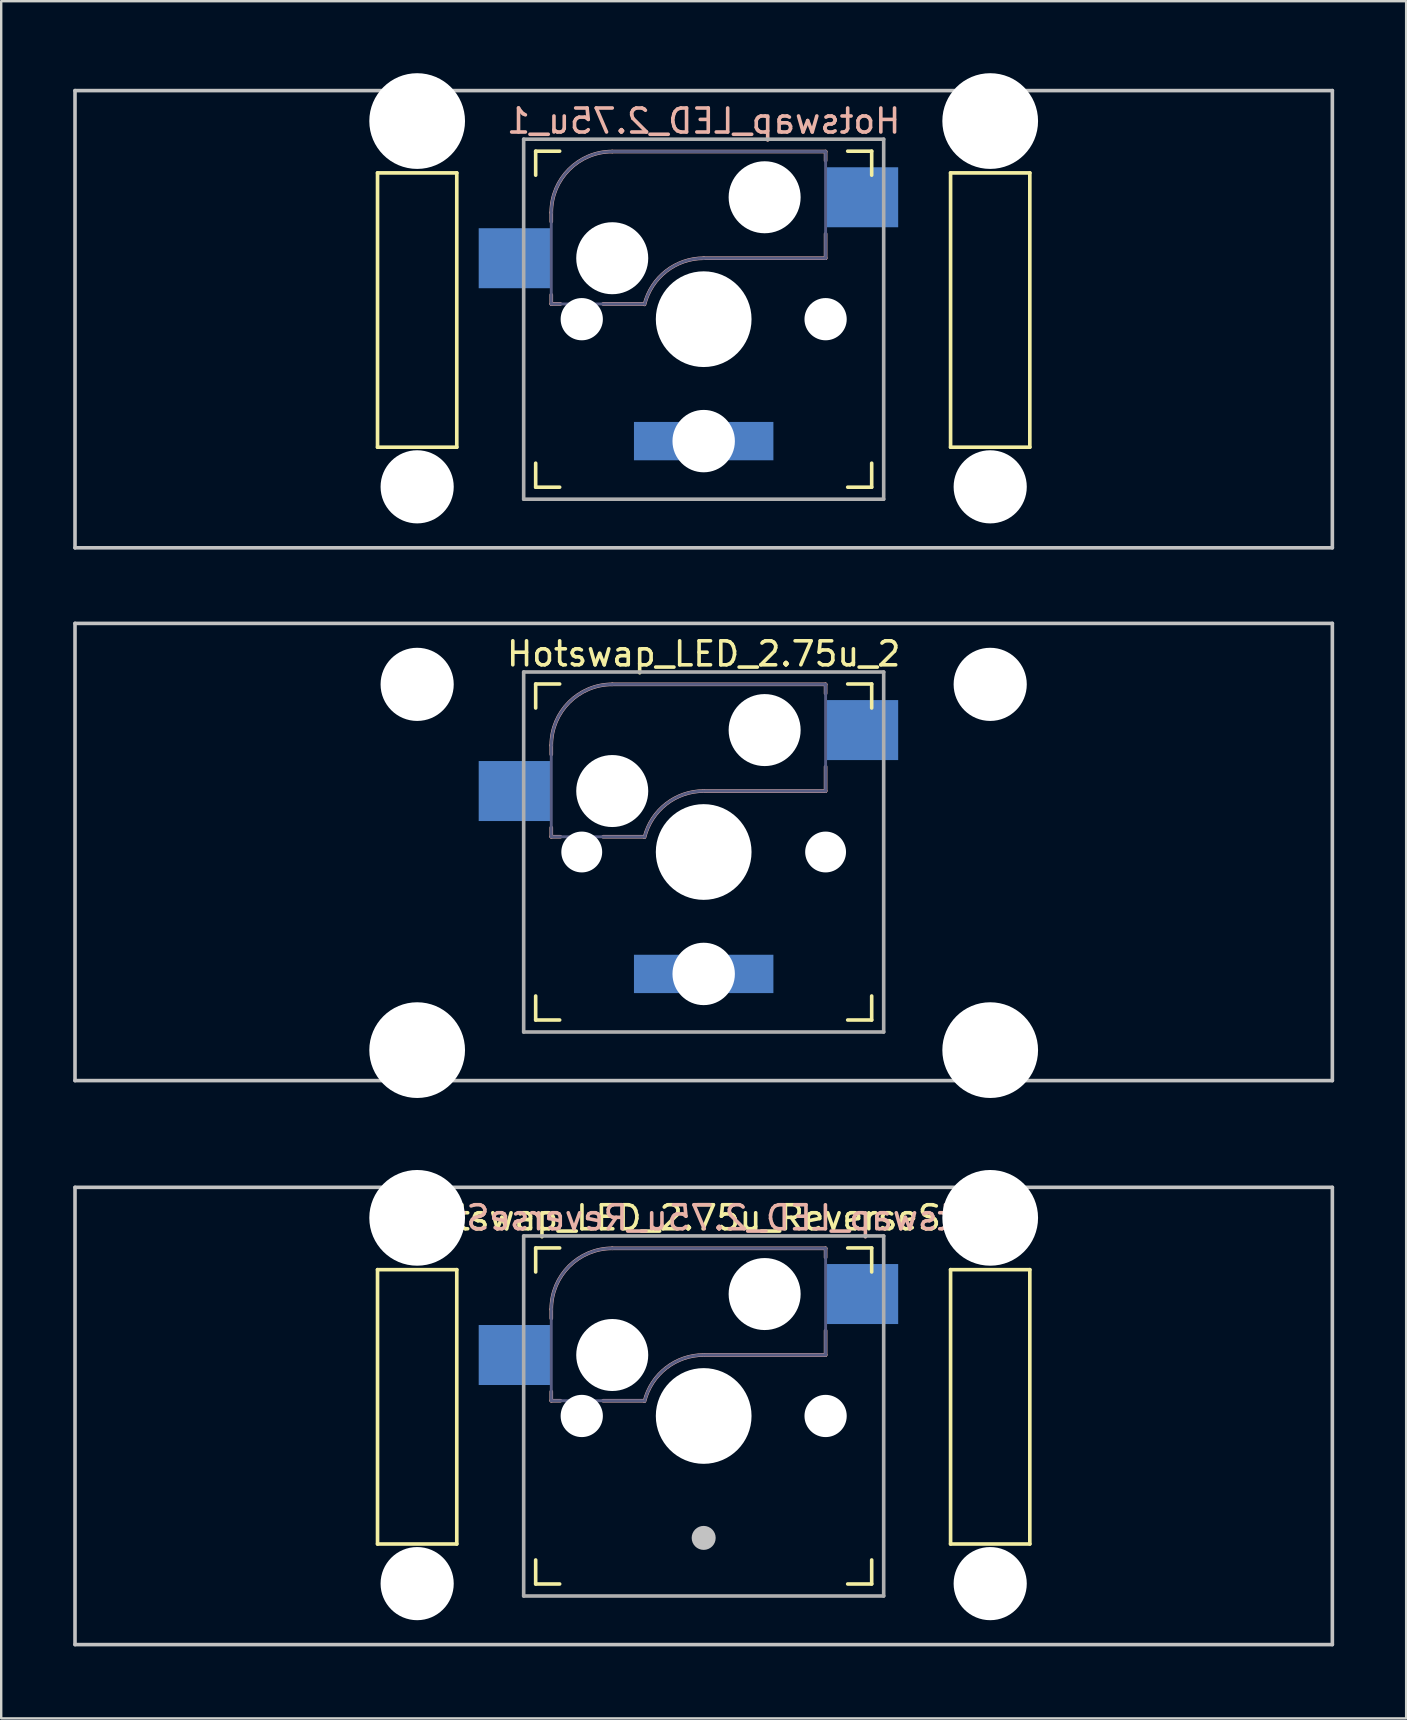
<source format=kicad_pcb>
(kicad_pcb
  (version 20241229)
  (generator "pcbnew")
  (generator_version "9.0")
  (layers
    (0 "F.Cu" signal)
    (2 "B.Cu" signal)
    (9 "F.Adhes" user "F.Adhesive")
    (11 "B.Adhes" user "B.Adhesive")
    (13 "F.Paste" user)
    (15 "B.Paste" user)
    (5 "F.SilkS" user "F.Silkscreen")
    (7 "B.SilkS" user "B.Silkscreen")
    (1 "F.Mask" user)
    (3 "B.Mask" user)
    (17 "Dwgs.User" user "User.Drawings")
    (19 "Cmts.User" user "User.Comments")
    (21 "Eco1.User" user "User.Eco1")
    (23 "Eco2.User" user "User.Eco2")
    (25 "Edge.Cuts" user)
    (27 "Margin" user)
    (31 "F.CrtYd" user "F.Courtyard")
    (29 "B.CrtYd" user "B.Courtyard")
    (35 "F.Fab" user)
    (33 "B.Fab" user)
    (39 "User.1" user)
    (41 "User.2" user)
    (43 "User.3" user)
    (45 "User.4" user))
  (footprint "Hotswap_LED_2.75u_2"
    (layer "F.Cu")
    (at 26.269 32.449)
    (property "Reference" "Hotswap_LED_2.75u_2" (at 0 -8.255 0) (layer "F.SilkS") (effects (font (size 1 1) (thickness 0.15))))
    (attr through_hole)
    (fp_line (start -7 -6) (end -7 -7) (stroke (width 0.15) (type solid)) (layer "F.SilkS"))
    (fp_line (start -7 7) (end -7 6) (stroke (width 0.15) (type solid)) (layer "F.SilkS"))
    (fp_line (start -7 7) (end -6 7) (stroke (width 0.15) (type solid)) (layer "F.SilkS"))
    (fp_line (start -6 -7) (end -7 -7) (stroke (width 0.15) (type solid)) (layer "F.SilkS"))
    (fp_line (start 6 7) (end 7 7) (stroke (width 0.15) (type solid)) (layer "F.SilkS"))
    (fp_line (start 7 -7) (end 6 -7) (stroke (width 0.15) (type solid)) (layer "F.SilkS"))
    (fp_line (start 7 -7) (end 7 -6) (stroke (width 0.15) (type solid)) (layer "F.SilkS"))
    (fp_line (start 7 6) (end 7 7) (stroke (width 0.15) (type solid)) (layer "F.SilkS"))
    (fp_line (start -6.35 -4.445) (end -6.35 -4.064) (stroke (width 0.15) (type solid)) (layer "B.SilkS"))
    (fp_line (start -6.35 -1.016) (end -6.35 -0.635) (stroke (width 0.15) (type solid)) (layer "B.SilkS"))
    (fp_line (start -6.35 -0.635) (end -5.969 -0.635) (stroke (width 0.15) (type solid)) (layer "B.SilkS"))
    (fp_line (start -4.191 -0.635) (end -2.54 -0.635) (stroke (width 0.15) (type solid)) (layer "B.SilkS"))
    (fp_line (start 0 -2.54) (end 5.08 -2.54) (stroke (width 0.15) (type solid)) (layer "B.SilkS"))
    (fp_line (start 5.08 -6.985) (end -3.81 -6.985) (stroke (width 0.15) (type solid)) (layer "B.SilkS"))
    (fp_line (start 5.08 -6.604) (end 5.08 -6.985) (stroke (width 0.15) (type solid)) (layer "B.SilkS"))
    (fp_line (start 5.08 -2.54) (end 5.08 -3.556) (stroke (width 0.15) (type solid)) (layer "B.SilkS"))
    (fp_arc (start -6.35 -4.445) (mid -5.606051 -6.241051) (end -3.81 -6.985) (stroke (width 0.15) (type solid)) (layer "B.SilkS"))
    (fp_arc (start -2.464162 -0.61604) (mid -1.563147 -2.002042) (end 0 -2.54) (stroke (width 0.15) (type solid)) (layer "B.SilkS"))
    (fp_line (start -26.194 -9.525) (end 26.194 -9.525) (stroke (width 0.15) (type solid)) (layer "Dwgs.User"))
    (fp_line (start -26.194 9.525) (end -26.194 -9.525) (stroke (width 0.15) (type solid)) (layer "Dwgs.User"))
    (fp_line (start -26.194 9.525) (end 26.194 9.525) (stroke (width 0.15) (type solid)) (layer "Dwgs.User"))
    (fp_line (start 26.194 -9.525) (end 26.194 9.525) (stroke (width 0.15) (type solid)) (layer "Dwgs.User"))
    (fp_line (start -13.589 -5.334) (end -13.589 6.096) (stroke (width 0.152) (type solid)) (layer "Eco2.User"))
    (fp_line (start -13.589 6.096) (end -10.287 6.096) (stroke (width 0.152) (type solid)) (layer "Eco2.User"))
    (fp_line (start -10.287 -5.334) (end -13.589 -5.334) (stroke (width 0.152) (type solid)) (layer "Eco2.User"))
    (fp_line (start -10.287 6.096) (end -10.287 -5.334) (stroke (width 0.152) (type solid)) (layer "Eco2.User"))
    (fp_line (start -6.9 6.9) (end -6.9 -6.9) (stroke (width 0.15) (type solid)) (layer "Eco2.User"))
    (fp_line (start -6.9 6.9) (end 6.9 6.9) (stroke (width 0.15) (type solid)) (layer "Eco2.User"))
    (fp_line (start 6.9 -6.9) (end -6.9 -6.9) (stroke (width 0.15) (type solid)) (layer "Eco2.User"))
    (fp_line (start 6.9 -6.9) (end 6.9 6.9) (stroke (width 0.15) (type solid)) (layer "Eco2.User"))
    (fp_line (start 10.287 -5.334) (end 10.287 6.096) (stroke (width 0.152) (type solid)) (layer "Eco2.User"))
    (fp_line (start 10.287 6.096) (end 13.589 6.096) (stroke (width 0.152) (type solid)) (layer "Eco2.User"))
    (fp_line (start 13.589 -5.334) (end 10.287 -5.334) (stroke (width 0.152) (type solid)) (layer "Eco2.User"))
    (fp_line (start 13.589 6.096) (end 13.589 -5.334) (stroke (width 0.152) (type solid)) (layer "Eco2.User"))
    (fp_line (start -6.35 -4.445) (end -6.35 -0.635) (stroke (width 0.12) (type solid)) (layer "B.Fab"))
    (fp_line (start -6.35 -0.635) (end -2.54 -0.635) (stroke (width 0.12) (type solid)) (layer "B.Fab"))
    (fp_line (start 0 -2.54) (end 5.08 -2.54) (stroke (width 0.12) (type solid)) (layer "B.Fab"))
    (fp_line (start 5.08 -6.985) (end -3.81 -6.985) (stroke (width 0.12) (type solid)) (layer "B.Fab"))
    (fp_line (start 5.08 -2.54) (end 5.08 -6.985) (stroke (width 0.12) (type solid)) (layer "B.Fab"))
    (fp_arc (start -6.35 -4.445) (mid -5.606051 -6.241051) (end -3.81 -6.985) (stroke (width 0.12) (type solid)) (layer "B.Fab"))
    (fp_arc (start -2.464162 -0.61604) (mid -1.563147 -2.002042) (end 0 -2.54) (stroke (width 0.12) (type solid)) (layer "B.Fab"))
    (fp_line (start -7.5 -7.5) (end 7.5 -7.5) (stroke (width 0.15) (type solid)) (layer "F.Fab"))
    (fp_line (start -7.5 7.5) (end -7.5 -7.5) (stroke (width 0.15) (type solid)) (layer "F.Fab"))
    (fp_line (start 7.5 -7.5) (end 7.5 7.5) (stroke (width 0.15) (type solid)) (layer "F.Fab"))
    (fp_line (start 7.5 7.5) (end -7.5 7.5) (stroke (width 0.15) (type solid)) (layer "F.Fab"))
    (pad "" np_thru_hole circle (at -11.938 -6.985) (size 3.048 3.048) (drill 3.048) (layers "*.Cu" "*.Mask"))
    (pad "" np_thru_hole circle (at -11.938 8.255) (size 3.988 3.988) (drill 3.988) (layers "*.Cu" "*.Mask"))
    (pad "" np_thru_hole circle (at -5.08 0 180) (size 1.702 1.702) (drill 1.702) (layers "*.Cu" "*.Mask"))
    (pad "" np_thru_hole circle (at -3.81 -2.54 180) (size 3 3) (drill 3) (layers "*.Cu" "*.Mask"))
    (pad "" np_thru_hole circle (at 0 0 180) (size 3.988 3.988) (drill 3.988) (layers "*.Cu" "*.Mask"))
    (pad "" np_thru_hole circle (at 0 5.08 180) (size 2.6 2.6) (drill 2.6) (layers "*.Cu" "*.Mask"))
    (pad "" np_thru_hole circle (at 2.54 -5.08 180) (size 3 3) (drill 3) (layers "*.Cu" "*.Mask"))
    (pad "" np_thru_hole circle (at 5.08 0 180) (size 1.702 1.702) (drill 1.702) (layers "*.Cu" "*.Mask"))
    (pad "" np_thru_hole circle (at 11.938 -6.985) (size 3.048 3.048) (drill 3.048) (layers "*.Cu" "*.Mask"))
    (pad "" np_thru_hole circle (at 11.938 8.255) (size 3.988 3.988) (drill 3.988) (layers "*.Cu" "*.Mask"))
    (pad "1" smd rect (at -7.874 -2.54 180) (size 3 2.5) (layers "B.Cu" "B.Mask"))
    (pad "2" smd rect (at 6.604 -5.08 180) (size 3 2.5) (layers "B.Cu" "B.Mask"))
    (pad "A" smd rect (at -1.905 5.08 180) (size 2 1.598) (layers "B.Cu" "B.Mask"))
    (pad "K" smd rect (at 1.905 5.08 180) (size 2 1.598) (layers "B.Cu" "B.Mask")))
  (footprint "Hotswap_LED_2.75u_1"
    (layer "F.Cu")
    (at 26.269 10.249)
    (property "Reference" "Hotswap_LED_2.75u_1" (at 0 -8.255 0) (layer "B.SilkS") (effects (font (size 1 1) (thickness 0.15)) (justify mirror)))
    (attr through_hole)
    (fp_line (start -13.589 -6.096) (end -13.589 5.334) (stroke (width 0.152) (type solid)) (layer "F.SilkS"))
    (fp_line (start -13.589 5.334) (end -10.287 5.334) (stroke (width 0.152) (type solid)) (layer "F.SilkS"))
    (fp_line (start -10.287 -6.096) (end -13.589 -6.096) (stroke (width 0.152) (type solid)) (layer "F.SilkS"))
    (fp_line (start -10.287 5.334) (end -10.287 -6.096) (stroke (width 0.152) (type solid)) (layer "F.SilkS"))
    (fp_line (start -7 -6) (end -7 -7) (stroke (width 0.15) (type solid)) (layer "F.SilkS"))
    (fp_line (start -7 7) (end -7 6) (stroke (width 0.15) (type solid)) (layer "F.SilkS"))
    (fp_line (start -7 7) (end -6 7) (stroke (width 0.15) (type solid)) (layer "F.SilkS"))
    (fp_line (start -6 -7) (end -7 -7) (stroke (width 0.15) (type solid)) (layer "F.SilkS"))
    (fp_line (start 6 7) (end 7 7) (stroke (width 0.15) (type solid)) (layer "F.SilkS"))
    (fp_line (start 7 -7) (end 6 -7) (stroke (width 0.15) (type solid)) (layer "F.SilkS"))
    (fp_line (start 7 -7) (end 7 -6) (stroke (width 0.15) (type solid)) (layer "F.SilkS"))
    (fp_line (start 7 6) (end 7 7) (stroke (width 0.15) (type solid)) (layer "F.SilkS"))
    (fp_line (start 10.287 -6.096) (end 10.287 5.334) (stroke (width 0.152) (type solid)) (layer "F.SilkS"))
    (fp_line (start 10.287 5.334) (end 13.589 5.334) (stroke (width 0.152) (type solid)) (layer "F.SilkS"))
    (fp_line (start 13.589 -6.096) (end 10.287 -6.096) (stroke (width 0.152) (type solid)) (layer "F.SilkS"))
    (fp_line (start 13.589 5.334) (end 13.589 -6.096) (stroke (width 0.152) (type solid)) (layer "F.SilkS"))
    (fp_line (start -6.35 -4.445) (end -6.35 -4.064) (stroke (width 0.15) (type solid)) (layer "B.SilkS"))
    (fp_line (start -6.35 -1.016) (end -6.35 -0.635) (stroke (width 0.15) (type solid)) (layer "B.SilkS"))
    (fp_line (start -6.35 -0.635) (end -5.969 -0.635) (stroke (width 0.15) (type solid)) (layer "B.SilkS"))
    (fp_line (start -4.191 -0.635) (end -2.54 -0.635) (stroke (width 0.15) (type solid)) (layer "B.SilkS"))
    (fp_line (start 0 -2.54) (end 5.08 -2.54) (stroke (width 0.15) (type solid)) (layer "B.SilkS"))
    (fp_line (start 5.08 -6.985) (end -3.81 -6.985) (stroke (width 0.15) (type solid)) (layer "B.SilkS"))
    (fp_line (start 5.08 -6.604) (end 5.08 -6.985) (stroke (width 0.15) (type solid)) (layer "B.SilkS"))
    (fp_line (start 5.08 -2.54) (end 5.08 -3.556) (stroke (width 0.15) (type solid)) (layer "B.SilkS"))
    (fp_arc (start -6.35 -4.445) (mid -5.606051 -6.241051) (end -3.81 -6.985) (stroke (width 0.15) (type solid)) (layer "B.SilkS"))
    (fp_arc (start -2.464162 -0.61604) (mid -1.563147 -2.002042) (end 0 -2.54) (stroke (width 0.15) (type solid)) (layer "B.SilkS"))
    (fp_line (start -26.194 -9.525) (end 26.194 -9.525) (stroke (width 0.15) (type solid)) (layer "Dwgs.User"))
    (fp_line (start -26.194 9.525) (end -26.194 -9.525) (stroke (width 0.15) (type solid)) (layer "Dwgs.User"))
    (fp_line (start 26.194 -9.525) (end 26.194 9.525) (stroke (width 0.15) (type solid)) (layer "Dwgs.User"))
    (fp_line (start 26.194 9.525) (end -26.194 9.525) (stroke (width 0.15) (type solid)) (layer "Dwgs.User"))
    (fp_line (start -6.9 6.9) (end -6.9 -6.9) (stroke (width 0.15) (type solid)) (layer "Eco2.User"))
    (fp_line (start -6.9 6.9) (end 6.9 6.9) (stroke (width 0.15) (type solid)) (layer "Eco2.User"))
    (fp_line (start 6.9 -6.9) (end -6.9 -6.9) (stroke (width 0.15) (type solid)) (layer "Eco2.User"))
    (fp_line (start 6.9 -6.9) (end 6.9 6.9) (stroke (width 0.15) (type solid)) (layer "Eco2.User"))
    (fp_line (start -6.35 -4.445) (end -6.35 -0.635) (stroke (width 0.12) (type solid)) (layer "B.Fab"))
    (fp_line (start -6.35 -0.635) (end -2.54 -0.635) (stroke (width 0.12) (type solid)) (layer "B.Fab"))
    (fp_line (start 0 -2.54) (end 5.08 -2.54) (stroke (width 0.12) (type solid)) (layer "B.Fab"))
    (fp_line (start 5.08 -6.985) (end -3.81 -6.985) (stroke (width 0.12) (type solid)) (layer "B.Fab"))
    (fp_line (start 5.08 -2.54) (end 5.08 -6.985) (stroke (width 0.12) (type solid)) (layer "B.Fab"))
    (fp_arc (start -6.35 -4.445) (mid -5.606051 -6.241051) (end -3.81 -6.985) (stroke (width 0.12) (type solid)) (layer "B.Fab"))
    (fp_arc (start -2.464162 -0.61604) (mid -1.563147 -2.002042) (end 0 -2.54) (stroke (width 0.12) (type solid)) (layer "B.Fab"))
    (fp_line (start -7.5 -7.5) (end 7.5 -7.5) (stroke (width 0.15) (type solid)) (layer "F.Fab"))
    (fp_line (start -7.5 7.5) (end -7.5 -7.5) (stroke (width 0.15) (type solid)) (layer "F.Fab"))
    (fp_line (start 7.5 -7.5) (end 7.5 7.5) (stroke (width 0.15) (type solid)) (layer "F.Fab"))
    (fp_line (start 7.5 7.5) (end -7.5 7.5) (stroke (width 0.15) (type solid)) (layer "F.Fab"))
    (pad "" np_thru_hole circle (at -11.938 -8.255 180) (size 3.988 3.988) (drill 3.988) (layers "*.Cu" "*.Mask"))
    (pad "" np_thru_hole circle (at -11.938 6.985 180) (size 3.048 3.048) (drill 3.048) (layers "*.Cu" "*.Mask"))
    (pad "" np_thru_hole circle (at -5.08 0 180) (size 1.76 1.76) (drill 1.76) (layers "*.Cu" "*.Mask"))
    (pad "" np_thru_hole circle (at -3.81 -2.54 180) (size 3 3) (drill 3) (layers "*.Cu" "*.Mask"))
    (pad "" np_thru_hole circle (at 0 0 180) (size 3.988 3.988) (drill 3.988) (layers "*.Cu" "*.Mask"))
    (pad "" np_thru_hole circle (at 0 5.08 180) (size 2.6 2.6) (drill 2.6) (layers "*.Cu" "*.Mask"))
    (pad "" np_thru_hole circle (at 2.54 -5.08 180) (size 3 3) (drill 3) (layers "*.Cu" "*.Mask"))
    (pad "" np_thru_hole circle (at 5.08 0 180) (size 1.76 1.76) (drill 1.76) (layers "*.Cu" "*.Mask"))
    (pad "" np_thru_hole circle (at 11.938 -8.255 180) (size 3.988 3.988) (drill 3.988) (layers "*.Cu" "*.Mask"))
    (pad "" np_thru_hole circle (at 11.938 6.985 180) (size 3.048 3.048) (drill 3.048) (layers "*.Cu" "*.Mask"))
    (pad "1" smd rect (at -7.874 -2.54 180) (size 3 2.5) (layers "B.Cu" "B.Mask"))
    (pad "2" smd rect (at 6.604 -5.08 180) (size 3 2.5) (layers "B.Cu" "B.Mask"))
    (pad "A" smd rect (at -1.905 5.08 180) (size 2 1.598) (layers "B.Cu" "B.Mask"))
    (pad "K" smd rect (at 1.905 5.08 180) (size 2 1.598) (layers "B.Cu" "B.Mask")))
  (footprint "Hotswap_LED_2.75u_ReverseStab"
    (layer "F.Cu")
    (at 26.269 55.947)
    (property "Reference" "Hotswap_LED_2.75u_ReverseStab" (at 0 -8.255 0) (layer "F.SilkS") (effects (font (size 1 1) (thickness 0.15))))
    (attr through_hole)
    (fp_line (start -13.589 -6.096) (end -13.589 5.334) (stroke (width 0.152) (type solid)) (layer "F.SilkS"))
    (fp_line (start -13.589 5.334) (end -10.287 5.334) (stroke (width 0.152) (type solid)) (layer "F.SilkS"))
    (fp_line (start -10.287 -6.096) (end -13.589 -6.096) (stroke (width 0.152) (type solid)) (layer "F.SilkS"))
    (fp_line (start -10.287 5.334) (end -10.287 -6.096) (stroke (width 0.152) (type solid)) (layer "F.SilkS"))
    (fp_line (start -7 -6) (end -7 -7) (stroke (width 0.15) (type solid)) (layer "F.SilkS"))
    (fp_line (start -7 7) (end -7 6) (stroke (width 0.15) (type solid)) (layer "F.SilkS"))
    (fp_line (start -7 7) (end -6 7) (stroke (width 0.15) (type solid)) (layer "F.SilkS"))
    (fp_line (start -6 -7) (end -7 -7) (stroke (width 0.15) (type solid)) (layer "F.SilkS"))
    (fp_line (start 6 7) (end 7 7) (stroke (width 0.15) (type solid)) (layer "F.SilkS"))
    (fp_line (start 7 -7) (end 6 -7) (stroke (width 0.15) (type solid)) (layer "F.SilkS"))
    (fp_line (start 7 -7) (end 7 -6) (stroke (width 0.15) (type solid)) (layer "F.SilkS"))
    (fp_line (start 7 6) (end 7 7) (stroke (width 0.15) (type solid)) (layer "F.SilkS"))
    (fp_line (start 10.287 -6.096) (end 10.287 5.334) (stroke (width 0.152) (type solid)) (layer "F.SilkS"))
    (fp_line (start 10.287 5.334) (end 13.589 5.334) (stroke (width 0.152) (type solid)) (layer "F.SilkS"))
    (fp_line (start 13.589 -6.096) (end 10.287 -6.096) (stroke (width 0.152) (type solid)) (layer "F.SilkS"))
    (fp_line (start 13.589 5.334) (end 13.589 -6.096) (stroke (width 0.152) (type solid)) (layer "F.SilkS"))
    (fp_line (start -6.35 -4.445) (end -6.35 -4.064) (stroke (width 0.15) (type solid)) (layer "B.SilkS"))
    (fp_line (start -6.35 -1.016) (end -6.35 -0.635) (stroke (width 0.15) (type solid)) (layer "B.SilkS"))
    (fp_line (start -6.35 -0.635) (end -5.969 -0.635) (stroke (width 0.15) (type solid)) (layer "B.SilkS"))
    (fp_line (start -4.191 -0.635) (end -2.54 -0.635) (stroke (width 0.15) (type solid)) (layer "B.SilkS"))
    (fp_line (start 0 -2.54) (end 5.08 -2.54) (stroke (width 0.15) (type solid)) (layer "B.SilkS"))
    (fp_line (start 5.08 -6.985) (end -3.81 -6.985) (stroke (width 0.15) (type solid)) (layer "B.SilkS"))
    (fp_line (start 5.08 -6.604) (end 5.08 -6.985) (stroke (width 0.15) (type solid)) (layer "B.SilkS"))
    (fp_line (start 5.08 -2.54) (end 5.08 -3.556) (stroke (width 0.15) (type solid)) (layer "B.SilkS"))
    (fp_arc (start -6.35 -4.445) (mid -5.606051 -6.241051) (end -3.81 -6.985) (stroke (width 0.15) (type solid)) (layer "B.SilkS"))
    (fp_arc (start -2.464162 -0.61604) (mid -1.563147 -2.002042) (end 0 -2.54) (stroke (width 0.15) (type solid)) (layer "B.SilkS"))
    (fp_line (start -26.194 -9.525) (end 26.194 -9.525) (stroke (width 0.15) (type solid)) (layer "Dwgs.User"))
    (fp_line (start -26.194 9.525) (end -26.194 -9.525) (stroke (width 0.15) (type solid)) (layer "Dwgs.User"))
    (fp_line (start 26.194 -9.525) (end 26.194 9.525) (stroke (width 0.15) (type solid)) (layer "Dwgs.User"))
    (fp_line (start 26.194 9.525) (end -26.194 9.525) (stroke (width 0.15) (type solid)) (layer "Dwgs.User"))
    (fp_line (start -6.9 6.9) (end -6.9 -6.9) (stroke (width 0.15) (type solid)) (layer "Eco2.User"))
    (fp_line (start -6.9 6.9) (end 6.9 6.9) (stroke (width 0.15) (type solid)) (layer "Eco2.User"))
    (fp_line (start 6.9 -6.9) (end -6.9 -6.9) (stroke (width 0.15) (type solid)) (layer "Eco2.User"))
    (fp_line (start 6.9 -6.9) (end 6.9 6.9) (stroke (width 0.15) (type solid)) (layer "Eco2.User"))
    (fp_line (start -6.35 -4.445) (end -6.35 -0.635) (stroke (width 0.12) (type solid)) (layer "B.Fab"))
    (fp_line (start -6.35 -0.635) (end -2.54 -0.635) (stroke (width 0.12) (type solid)) (layer "B.Fab"))
    (fp_line (start 0 -2.54) (end 5.08 -2.54) (stroke (width 0.12) (type solid)) (layer "B.Fab"))
    (fp_line (start 5.08 -6.985) (end -3.81 -6.985) (stroke (width 0.12) (type solid)) (layer "B.Fab"))
    (fp_line (start 5.08 -2.54) (end 5.08 -6.985) (stroke (width 0.12) (type solid)) (layer "B.Fab"))
    (fp_arc (start -6.35 -4.445) (mid -5.606051 -6.241051) (end -3.81 -6.985) (stroke (width 0.12) (type solid)) (layer "B.Fab"))
    (fp_arc (start -2.464162 -0.61604) (mid -1.563147 -2.002042) (end 0 -2.54) (stroke (width 0.12) (type solid)) (layer "B.Fab"))
    (fp_line (start -7.5 -7.5) (end 7.5 -7.5) (stroke (width 0.15) (type solid)) (layer "F.Fab"))
    (fp_line (start -7.5 7.5) (end -7.5 -7.5) (stroke (width 0.15) (type solid)) (layer "F.Fab"))
    (fp_line (start 7.5 -7.5) (end 7.5 7.5) (stroke (width 0.15) (type solid)) (layer "F.Fab"))
    (fp_line (start 7.5 7.5) (end -7.5 7.5) (stroke (width 0.15) (type solid)) (layer "F.Fab"))
    (fp_text user "${REFERENCE}" (at 0 -8.255 0) (layer "B.SilkS") (effects (font (size 1 1) (thickness 0.15)) (justify mirror)))
    (pad "" np_thru_hole circle (at -11.938 -8.255 180) (size 3.988 3.988) (drill 3.988) (layers "*.Cu" "*.Mask"))
    (pad "" np_thru_hole circle (at -11.938 6.985 180) (size 3.048 3.048) (drill 3.048) (layers "*.Cu" "*.Mask"))
    (pad "" np_thru_hole circle (at -5.08 0 180) (size 1.76 1.76) (drill 1.76) (layers "*.Cu" "*.Mask"))
    (pad "" np_thru_hole circle (at -3.81 -2.54 180) (size 3 3) (drill 3) (layers "*.Cu" "*.Mask"))
    (pad "" np_thru_hole circle (at 0 0 180) (size 3.988 3.988) (drill 3.988) (layers "*.Cu" "*.Mask"))
    (pad "" smd circle (at 0 5.08 180) (size 1 1) (layers "Dwgs.User"))
    (pad "" np_thru_hole circle (at 2.54 -5.08 180) (size 3 3) (drill 3) (layers "*.Cu" "*.Mask"))
    (pad "" np_thru_hole circle (at 5.08 0 180) (size 1.76 1.76) (drill 1.76) (layers "*.Cu" "*.Mask"))
    (pad "" np_thru_hole circle (at 11.938 -8.255 180) (size 3.988 3.988) (drill 3.988) (layers "*.Cu" "*.Mask"))
    (pad "" np_thru_hole circle (at 11.938 6.985 180) (size 3.048 3.048) (drill 3.048) (layers "*.Cu" "*.Mask"))
    (pad "1" smd rect (at -7.874 -2.54 180) (size 3 2.5) (layers "B.Cu" "B.Mask" "B.Paste"))
    (pad "2" smd rect (at 6.604 -5.08 180) (size 3 2.5) (layers "B.Cu" "B.Mask" "B.Paste")))
  (gr_rect
    (start -3 -3)
    (end 55.538 68.547)
    (stroke (width 0.1) (type default))
    (fill no)
    (layer "Edge.Cuts")))
</source>
